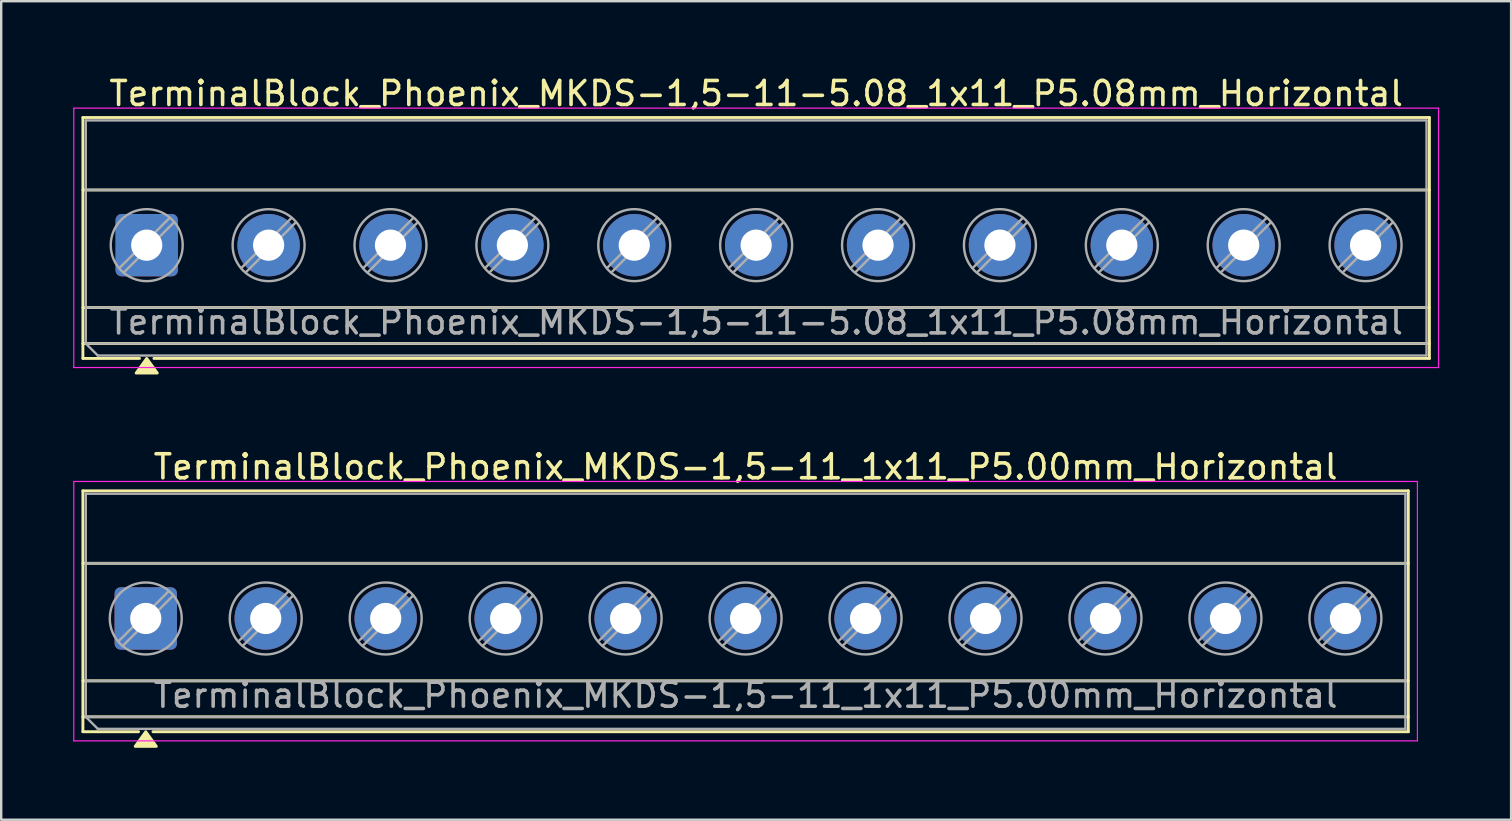
<source format=kicad_pcb>
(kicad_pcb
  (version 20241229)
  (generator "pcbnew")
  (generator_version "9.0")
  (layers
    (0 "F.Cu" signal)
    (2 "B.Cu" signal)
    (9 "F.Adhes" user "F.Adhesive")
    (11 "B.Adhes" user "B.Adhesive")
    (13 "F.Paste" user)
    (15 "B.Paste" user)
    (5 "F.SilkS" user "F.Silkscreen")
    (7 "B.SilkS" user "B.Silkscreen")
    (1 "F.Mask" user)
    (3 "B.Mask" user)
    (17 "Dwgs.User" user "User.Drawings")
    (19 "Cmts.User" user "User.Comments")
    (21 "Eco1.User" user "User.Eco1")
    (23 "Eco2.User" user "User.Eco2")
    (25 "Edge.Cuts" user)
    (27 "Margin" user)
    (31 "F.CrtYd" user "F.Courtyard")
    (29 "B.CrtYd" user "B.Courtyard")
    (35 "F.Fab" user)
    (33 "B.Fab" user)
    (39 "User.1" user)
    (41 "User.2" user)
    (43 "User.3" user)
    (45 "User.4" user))
  (footprint "TerminalBlock_Phoenix_MKDS-1,5-11-5.08_1x11_P5.08mm_Horizontal"
    (layer "F.Cu")
    (at 3.065 7.168)
    (property "Reference" "TerminalBlock_Phoenix_MKDS-1,5-11-5.08_1x11_P5.08mm_Horizontal" (at 25.4 -6.32 0) (layer "F.SilkS") (effects (font (size 1 1) (thickness 0.15))))
    (attr through_hole)
    (fp_line (start -2.66 -5.32) (end -2.66 4.72) (stroke (width 0.12) (type solid)) (layer "F.SilkS"))
    (fp_line (start -2.66 -5.32) (end 53.46 -5.32) (stroke (width 0.12) (type solid)) (layer "F.SilkS"))
    (fp_line (start -2.66 -2.3) (end 53.46 -2.3) (stroke (width 0.12) (type solid)) (layer "F.SilkS"))
    (fp_line (start -2.66 2.6) (end 53.46 2.6) (stroke (width 0.12) (type solid)) (layer "F.SilkS"))
    (fp_line (start -2.66 4.1) (end 53.46 4.1) (stroke (width 0.12) (type solid)) (layer "F.SilkS"))
    (fp_line (start -2.66 4.72) (end -0.3 4.72) (stroke (width 0.12) (type solid)) (layer "F.SilkS"))
    (fp_line (start 0.3 4.72) (end 53.46 4.72) (stroke (width 0.12) (type solid)) (layer "F.SilkS"))
    (fp_line (start 53.46 -5.32) (end 53.46 4.72) (stroke (width 0.12) (type solid)) (layer "F.SilkS"))
    (fp_poly (pts (xy 0 4.72) (xy 0.44 5.33) (xy -0.44 5.33)) (stroke (width 0.12) (type solid)) (fill yes) (layer "F.SilkS"))
    (fp_line (start -3.04 -5.71) (end -3.04 5.1) (stroke (width 0.05) (type solid)) (layer "F.CrtYd"))
    (fp_line (start -3.04 5.1) (end 53.84 5.1) (stroke (width 0.05) (type solid)) (layer "F.CrtYd"))
    (fp_line (start 53.84 -5.71) (end -3.04 -5.71) (stroke (width 0.05) (type solid)) (layer "F.CrtYd"))
    (fp_line (start 53.84 5.1) (end 53.84 -5.71) (stroke (width 0.05) (type solid)) (layer "F.CrtYd"))
    (fp_line (start -2.54 -5.2) (end 53.34 -5.2) (stroke (width 0.1) (type solid)) (layer "F.Fab"))
    (fp_line (start -2.54 -2.3) (end 53.34 -2.3) (stroke (width 0.1) (type solid)) (layer "F.Fab"))
    (fp_line (start -2.54 2.6) (end 53.34 2.6) (stroke (width 0.1) (type solid)) (layer "F.Fab"))
    (fp_line (start -2.54 4.1) (end -2.54 -5.2) (stroke (width 0.1) (type solid)) (layer "F.Fab"))
    (fp_line (start -2.54 4.1) (end 53.34 4.1) (stroke (width 0.1) (type solid)) (layer "F.Fab"))
    (fp_line (start -2.04 4.6) (end -2.54 4.1) (stroke (width 0.1) (type solid)) (layer "F.Fab"))
    (fp_line (start 0.955 -1.138) (end -1.138 0.954) (stroke (width 0.1) (type solid)) (layer "F.Fab"))
    (fp_line (start 1.138 -0.954) (end -0.955 1.137) (stroke (width 0.1) (type solid)) (layer "F.Fab"))
    (fp_line (start 6.035 -1.138) (end 3.942 0.954) (stroke (width 0.1) (type solid)) (layer "F.Fab"))
    (fp_line (start 6.218 -0.954) (end 4.125 1.137) (stroke (width 0.1) (type solid)) (layer "F.Fab"))
    (fp_line (start 11.115 -1.138) (end 9.022 0.954) (stroke (width 0.1) (type solid)) (layer "F.Fab"))
    (fp_line (start 11.298 -0.954) (end 9.205 1.137) (stroke (width 0.1) (type solid)) (layer "F.Fab"))
    (fp_line (start 16.195 -1.138) (end 14.102 0.954) (stroke (width 0.1) (type solid)) (layer "F.Fab"))
    (fp_line (start 16.378 -0.954) (end 14.285 1.137) (stroke (width 0.1) (type solid)) (layer "F.Fab"))
    (fp_line (start 21.275 -1.138) (end 19.182 0.954) (stroke (width 0.1) (type solid)) (layer "F.Fab"))
    (fp_line (start 21.458 -0.954) (end 19.365 1.137) (stroke (width 0.1) (type solid)) (layer "F.Fab"))
    (fp_line (start 26.355 -1.138) (end 24.262 0.954) (stroke (width 0.1) (type solid)) (layer "F.Fab"))
    (fp_line (start 26.538 -0.954) (end 24.445 1.137) (stroke (width 0.1) (type solid)) (layer "F.Fab"))
    (fp_line (start 31.435 -1.138) (end 29.342 0.954) (stroke (width 0.1) (type solid)) (layer "F.Fab"))
    (fp_line (start 31.618 -0.954) (end 29.525 1.137) (stroke (width 0.1) (type solid)) (layer "F.Fab"))
    (fp_line (start 36.515 -1.138) (end 34.422 0.954) (stroke (width 0.1) (type solid)) (layer "F.Fab"))
    (fp_line (start 36.698 -0.954) (end 34.605 1.137) (stroke (width 0.1) (type solid)) (layer "F.Fab"))
    (fp_line (start 41.595 -1.138) (end 39.502 0.954) (stroke (width 0.1) (type solid)) (layer "F.Fab"))
    (fp_line (start 41.778 -0.954) (end 39.685 1.137) (stroke (width 0.1) (type solid)) (layer "F.Fab"))
    (fp_line (start 46.675 -1.138) (end 44.582 0.954) (stroke (width 0.1) (type solid)) (layer "F.Fab"))
    (fp_line (start 46.858 -0.954) (end 44.765 1.137) (stroke (width 0.1) (type solid)) (layer "F.Fab"))
    (fp_line (start 51.755 -1.138) (end 49.662 0.954) (stroke (width 0.1) (type solid)) (layer "F.Fab"))
    (fp_line (start 51.938 -0.954) (end 49.845 1.137) (stroke (width 0.1) (type solid)) (layer "F.Fab"))
    (fp_line (start 53.34 -5.2) (end 53.34 4.6) (stroke (width 0.1) (type solid)) (layer "F.Fab"))
    (fp_line (start 53.34 4.6) (end -2.04 4.6) (stroke (width 0.1) (type solid)) (layer "F.Fab"))
    (fp_circle (center 0 0) (end 1.5 0) (stroke (width 0.1) (type solid)) (fill no) (layer "F.Fab"))
    (fp_circle (center 5.08 0) (end 6.58 0) (stroke (width 0.1) (type solid)) (fill no) (layer "F.Fab"))
    (fp_circle (center 10.16 0) (end 11.66 0) (stroke (width 0.1) (type solid)) (fill no) (layer "F.Fab"))
    (fp_circle (center 15.24 0) (end 16.74 0) (stroke (width 0.1) (type solid)) (fill no) (layer "F.Fab"))
    (fp_circle (center 20.32 0) (end 21.82 0) (stroke (width 0.1) (type solid)) (fill no) (layer "F.Fab"))
    (fp_circle (center 25.4 0) (end 26.9 0) (stroke (width 0.1) (type solid)) (fill no) (layer "F.Fab"))
    (fp_circle (center 30.48 0) (end 31.98 0) (stroke (width 0.1) (type solid)) (fill no) (layer "F.Fab"))
    (fp_circle (center 35.56 0) (end 37.06 0) (stroke (width 0.1) (type solid)) (fill no) (layer "F.Fab"))
    (fp_circle (center 40.64 0) (end 42.14 0) (stroke (width 0.1) (type solid)) (fill no) (layer "F.Fab"))
    (fp_circle (center 45.72 0) (end 47.22 0) (stroke (width 0.1) (type solid)) (fill no) (layer "F.Fab"))
    (fp_circle (center 50.8 0) (end 52.3 0) (stroke (width 0.1) (type solid)) (fill no) (layer "F.Fab"))
    (fp_text user "${REFERENCE}" (at 25.4 3.2 0) (layer "F.Fab") (effects (font (size 1 1) (thickness 0.15))))
    (pad "1" thru_hole roundrect (at 0 0) (size 2.6 2.6) (drill 1.3) (layers "*.Cu" "*.Mask") (roundrect_rratio 0.096))
    (pad "2" thru_hole circle (at 5.08 0) (size 2.6 2.6) (drill 1.3) (layers "*.Cu" "*.Mask"))
    (pad "3" thru_hole circle (at 10.16 0) (size 2.6 2.6) (drill 1.3) (layers "*.Cu" "*.Mask"))
    (pad "4" thru_hole circle (at 15.24 0) (size 2.6 2.6) (drill 1.3) (layers "*.Cu" "*.Mask"))
    (pad "5" thru_hole circle (at 20.32 0) (size 2.6 2.6) (drill 1.3) (layers "*.Cu" "*.Mask"))
    (pad "6" thru_hole circle (at 25.4 0) (size 2.6 2.6) (drill 1.3) (layers "*.Cu" "*.Mask"))
    (pad "7" thru_hole circle (at 30.48 0) (size 2.6 2.6) (drill 1.3) (layers "*.Cu" "*.Mask"))
    (pad "8" thru_hole circle (at 35.56 0) (size 2.6 2.6) (drill 1.3) (layers "*.Cu" "*.Mask"))
    (pad "9" thru_hole circle (at 40.64 0) (size 2.6 2.6) (drill 1.3) (layers "*.Cu" "*.Mask"))
    (pad "10" thru_hole circle (at 45.72 0) (size 2.6 2.6) (drill 1.3) (layers "*.Cu" "*.Mask"))
    (pad "11" thru_hole circle (at 50.8 0) (size 2.6 2.6) (drill 1.3) (layers "*.Cu" "*.Mask")))
  (footprint "TerminalBlock_Phoenix_MKDS-1,5-11_1x11_P5.00mm_Horizontal"
    (layer "F.Cu")
    (at 3.025 22.727)
    (property "Reference" "TerminalBlock_Phoenix_MKDS-1,5-11_1x11_P5.00mm_Horizontal" (at 25 -6.32 0) (layer "F.SilkS") (effects (font (size 1 1) (thickness 0.15))))
    (attr through_hole)
    (fp_line (start -2.62 -5.32) (end -2.62 4.72) (stroke (width 0.12) (type solid)) (layer "F.SilkS"))
    (fp_line (start -2.62 -5.32) (end 52.62 -5.32) (stroke (width 0.12) (type solid)) (layer "F.SilkS"))
    (fp_line (start -2.62 -2.3) (end 52.62 -2.3) (stroke (width 0.12) (type solid)) (layer "F.SilkS"))
    (fp_line (start -2.62 2.6) (end 52.62 2.6) (stroke (width 0.12) (type solid)) (layer "F.SilkS"))
    (fp_line (start -2.62 4.1) (end 52.62 4.1) (stroke (width 0.12) (type solid)) (layer "F.SilkS"))
    (fp_line (start -2.62 4.72) (end -0.3 4.72) (stroke (width 0.12) (type solid)) (layer "F.SilkS"))
    (fp_line (start 0.3 4.72) (end 52.62 4.72) (stroke (width 0.12) (type solid)) (layer "F.SilkS"))
    (fp_line (start 52.62 -5.32) (end 52.62 4.72) (stroke (width 0.12) (type solid)) (layer "F.SilkS"))
    (fp_poly (pts (xy 0 4.72) (xy 0.44 5.33) (xy -0.44 5.33)) (stroke (width 0.12) (type solid)) (fill yes) (layer "F.SilkS"))
    (fp_line (start -3 -5.71) (end -3 5.1) (stroke (width 0.05) (type solid)) (layer "F.CrtYd"))
    (fp_line (start -3 5.1) (end 53 5.1) (stroke (width 0.05) (type solid)) (layer "F.CrtYd"))
    (fp_line (start 53 -5.71) (end -3 -5.71) (stroke (width 0.05) (type solid)) (layer "F.CrtYd"))
    (fp_line (start 53 5.1) (end 53 -5.71) (stroke (width 0.05) (type solid)) (layer "F.CrtYd"))
    (fp_line (start -2.5 -5.2) (end 52.5 -5.2) (stroke (width 0.1) (type solid)) (layer "F.Fab"))
    (fp_line (start -2.5 -2.3) (end 52.5 -2.3) (stroke (width 0.1) (type solid)) (layer "F.Fab"))
    (fp_line (start -2.5 2.6) (end 52.5 2.6) (stroke (width 0.1) (type solid)) (layer "F.Fab"))
    (fp_line (start -2.5 4.1) (end -2.5 -5.2) (stroke (width 0.1) (type solid)) (layer "F.Fab"))
    (fp_line (start -2.5 4.1) (end 52.5 4.1) (stroke (width 0.1) (type solid)) (layer "F.Fab"))
    (fp_line (start -2 4.6) (end -2.5 4.1) (stroke (width 0.1) (type solid)) (layer "F.Fab"))
    (fp_line (start 0.955 -1.138) (end -1.138 0.954) (stroke (width 0.1) (type solid)) (layer "F.Fab"))
    (fp_line (start 1.138 -0.954) (end -0.955 1.137) (stroke (width 0.1) (type solid)) (layer "F.Fab"))
    (fp_line (start 5.955 -1.138) (end 3.862 0.954) (stroke (width 0.1) (type solid)) (layer "F.Fab"))
    (fp_line (start 6.138 -0.954) (end 4.045 1.137) (stroke (width 0.1) (type solid)) (layer "F.Fab"))
    (fp_line (start 10.955 -1.138) (end 8.862 0.954) (stroke (width 0.1) (type solid)) (layer "F.Fab"))
    (fp_line (start 11.138 -0.954) (end 9.045 1.137) (stroke (width 0.1) (type solid)) (layer "F.Fab"))
    (fp_line (start 15.955 -1.138) (end 13.862 0.954) (stroke (width 0.1) (type solid)) (layer "F.Fab"))
    (fp_line (start 16.138 -0.954) (end 14.045 1.137) (stroke (width 0.1) (type solid)) (layer "F.Fab"))
    (fp_line (start 20.955 -1.138) (end 18.862 0.954) (stroke (width 0.1) (type solid)) (layer "F.Fab"))
    (fp_line (start 21.138 -0.954) (end 19.045 1.137) (stroke (width 0.1) (type solid)) (layer "F.Fab"))
    (fp_line (start 25.955 -1.138) (end 23.862 0.954) (stroke (width 0.1) (type solid)) (layer "F.Fab"))
    (fp_line (start 26.138 -0.954) (end 24.045 1.137) (stroke (width 0.1) (type solid)) (layer "F.Fab"))
    (fp_line (start 30.955 -1.138) (end 28.862 0.954) (stroke (width 0.1) (type solid)) (layer "F.Fab"))
    (fp_line (start 31.138 -0.954) (end 29.045 1.137) (stroke (width 0.1) (type solid)) (layer "F.Fab"))
    (fp_line (start 35.955 -1.138) (end 33.862 0.954) (stroke (width 0.1) (type solid)) (layer "F.Fab"))
    (fp_line (start 36.138 -0.954) (end 34.045 1.137) (stroke (width 0.1) (type solid)) (layer "F.Fab"))
    (fp_line (start 40.955 -1.138) (end 38.862 0.954) (stroke (width 0.1) (type solid)) (layer "F.Fab"))
    (fp_line (start 41.138 -0.954) (end 39.045 1.137) (stroke (width 0.1) (type solid)) (layer "F.Fab"))
    (fp_line (start 45.955 -1.138) (end 43.862 0.954) (stroke (width 0.1) (type solid)) (layer "F.Fab"))
    (fp_line (start 46.138 -0.954) (end 44.045 1.137) (stroke (width 0.1) (type solid)) (layer "F.Fab"))
    (fp_line (start 50.955 -1.138) (end 48.862 0.954) (stroke (width 0.1) (type solid)) (layer "F.Fab"))
    (fp_line (start 51.138 -0.954) (end 49.045 1.137) (stroke (width 0.1) (type solid)) (layer "F.Fab"))
    (fp_line (start 52.5 -5.2) (end 52.5 4.6) (stroke (width 0.1) (type solid)) (layer "F.Fab"))
    (fp_line (start 52.5 4.6) (end -2 4.6) (stroke (width 0.1) (type solid)) (layer "F.Fab"))
    (fp_circle (center 0 0) (end 1.5 0) (stroke (width 0.1) (type solid)) (fill no) (layer "F.Fab"))
    (fp_circle (center 5 0) (end 6.5 0) (stroke (width 0.1) (type solid)) (fill no) (layer "F.Fab"))
    (fp_circle (center 10 0) (end 11.5 0) (stroke (width 0.1) (type solid)) (fill no) (layer "F.Fab"))
    (fp_circle (center 15 0) (end 16.5 0) (stroke (width 0.1) (type solid)) (fill no) (layer "F.Fab"))
    (fp_circle (center 20 0) (end 21.5 0) (stroke (width 0.1) (type solid)) (fill no) (layer "F.Fab"))
    (fp_circle (center 25 0) (end 26.5 0) (stroke (width 0.1) (type solid)) (fill no) (layer "F.Fab"))
    (fp_circle (center 30 0) (end 31.5 0) (stroke (width 0.1) (type solid)) (fill no) (layer "F.Fab"))
    (fp_circle (center 35 0) (end 36.5 0) (stroke (width 0.1) (type solid)) (fill no) (layer "F.Fab"))
    (fp_circle (center 40 0) (end 41.5 0) (stroke (width 0.1) (type solid)) (fill no) (layer "F.Fab"))
    (fp_circle (center 45 0) (end 46.5 0) (stroke (width 0.1) (type solid)) (fill no) (layer "F.Fab"))
    (fp_circle (center 50 0) (end 51.5 0) (stroke (width 0.1) (type solid)) (fill no) (layer "F.Fab"))
    (fp_text user "${REFERENCE}" (at 25 3.2 0) (layer "F.Fab") (effects (font (size 1 1) (thickness 0.15))))
    (pad "1" thru_hole roundrect (at 0 0) (size 2.6 2.6) (drill 1.3) (layers "*.Cu" "*.Mask") (roundrect_rratio 0.096))
    (pad "2" thru_hole circle (at 5 0) (size 2.6 2.6) (drill 1.3) (layers "*.Cu" "*.Mask"))
    (pad "3" thru_hole circle (at 10 0) (size 2.6 2.6) (drill 1.3) (layers "*.Cu" "*.Mask"))
    (pad "4" thru_hole circle (at 15 0) (size 2.6 2.6) (drill 1.3) (layers "*.Cu" "*.Mask"))
    (pad "5" thru_hole circle (at 20 0) (size 2.6 2.6) (drill 1.3) (layers "*.Cu" "*.Mask"))
    (pad "6" thru_hole circle (at 25 0) (size 2.6 2.6) (drill 1.3) (layers "*.Cu" "*.Mask"))
    (pad "7" thru_hole circle (at 30 0) (size 2.6 2.6) (drill 1.3) (layers "*.Cu" "*.Mask"))
    (pad "8" thru_hole circle (at 35 0) (size 2.6 2.6) (drill 1.3) (layers "*.Cu" "*.Mask"))
    (pad "9" thru_hole circle (at 40 0) (size 2.6 2.6) (drill 1.3) (layers "*.Cu" "*.Mask"))
    (pad "10" thru_hole circle (at 45 0) (size 2.6 2.6) (drill 1.3) (layers "*.Cu" "*.Mask"))
    (pad "11" thru_hole circle (at 50 0) (size 2.6 2.6) (drill 1.3) (layers "*.Cu" "*.Mask")))
  (gr_rect
    (start -3 -3)
    (end 59.93 31.116)
    (stroke (width 0.1) (type default))
    (fill no)
    (layer "Edge.Cuts")))
</source>
